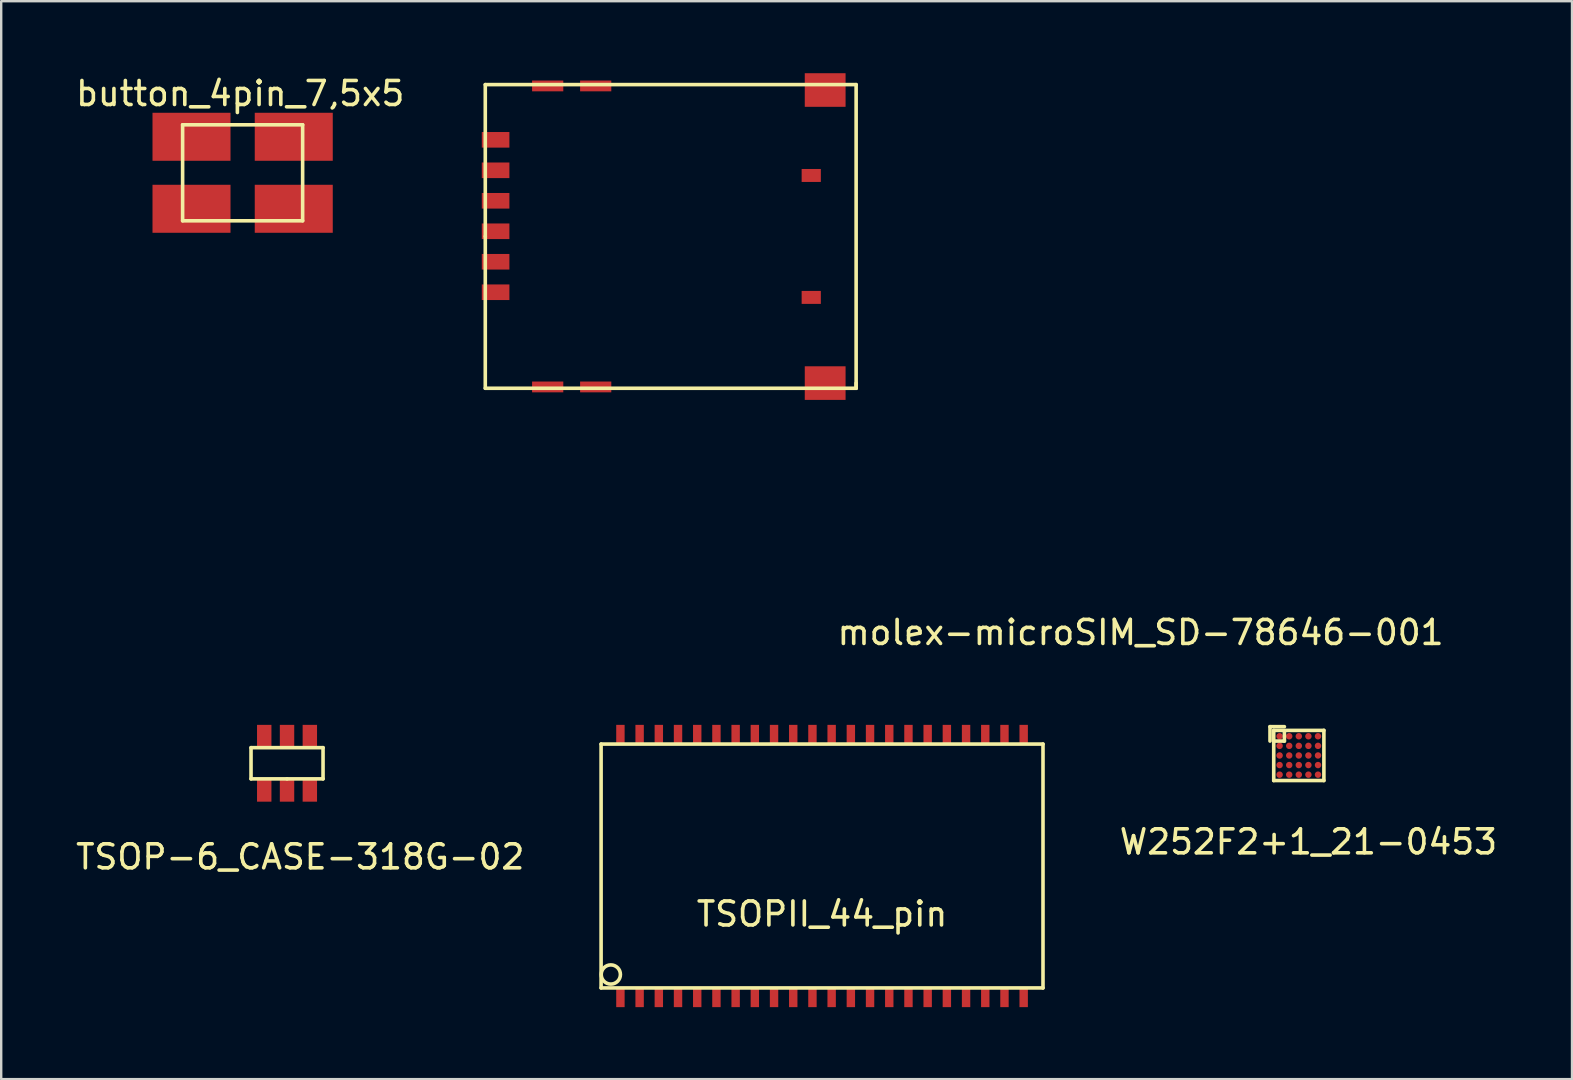
<source format=kicad_pcb>
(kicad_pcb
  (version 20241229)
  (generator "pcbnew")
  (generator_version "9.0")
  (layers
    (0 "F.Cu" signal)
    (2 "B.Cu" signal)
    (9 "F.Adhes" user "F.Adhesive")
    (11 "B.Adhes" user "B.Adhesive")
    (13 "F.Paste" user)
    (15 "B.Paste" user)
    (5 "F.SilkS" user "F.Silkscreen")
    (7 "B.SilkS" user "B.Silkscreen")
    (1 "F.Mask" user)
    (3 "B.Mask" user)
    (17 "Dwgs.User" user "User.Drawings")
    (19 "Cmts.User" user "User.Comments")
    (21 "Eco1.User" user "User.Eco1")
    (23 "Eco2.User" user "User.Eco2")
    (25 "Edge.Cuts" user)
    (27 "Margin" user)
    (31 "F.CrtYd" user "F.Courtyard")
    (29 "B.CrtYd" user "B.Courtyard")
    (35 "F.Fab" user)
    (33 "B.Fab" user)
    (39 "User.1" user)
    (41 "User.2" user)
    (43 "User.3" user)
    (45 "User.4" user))
  (footprint "TSOPII_44_pin"
    (layer "F.Cu")
    (at 31.197 33.028)
    (property "Reference" "TSOPII_44_pin" (at 0 2 0) (layer "F.SilkS") (effects (font (size 1 1) (thickness 0.15))))
    (attr through_hole)
    (fp_line (start -9.205 -5.08) (end -9.205 5.08) (stroke (width 0.15) (type solid)) (layer "F.SilkS"))
    (fp_line (start -9.205 5.08) (end 9.205 5.08) (stroke (width 0.15) (type solid)) (layer "F.SilkS"))
    (fp_line (start 9.205 -5.08) (end -9.205 -5.08) (stroke (width 0.15) (type solid)) (layer "F.SilkS"))
    (fp_line (start 9.205 5.08) (end 9.205 -5.08) (stroke (width 0.15) (type solid)) (layer "F.SilkS"))
    (fp_circle (center -8.8 4.52) (end -8.8 4.92) (stroke (width 0.15) (type solid)) (fill no) (layer "F.SilkS"))
    (pad "1" smd rect (at -8.4 5.48) (size 0.35 0.8) (layers "F.Cu" "F.Mask" "F.Paste"))
    (pad "2" smd rect (at -7.6 5.48) (size 0.35 0.8) (layers "F.Cu" "F.Mask" "F.Paste"))
    (pad "3" smd rect (at -6.8 5.48) (size 0.35 0.8) (layers "F.Cu" "F.Mask" "F.Paste"))
    (pad "4" smd rect (at -6 5.48) (size 0.35 0.8) (layers "F.Cu" "F.Mask" "F.Paste"))
    (pad "5" smd rect (at -5.2 5.48) (size 0.35 0.8) (layers "F.Cu" "F.Mask" "F.Paste"))
    (pad "6" smd rect (at -4.4 5.48) (size 0.35 0.8) (layers "F.Cu" "F.Mask" "F.Paste"))
    (pad "7" smd rect (at -3.6 5.48) (size 0.35 0.8) (layers "F.Cu" "F.Mask" "F.Paste"))
    (pad "8" smd rect (at -2.8 5.48) (size 0.35 0.8) (layers "F.Cu" "F.Mask" "F.Paste"))
    (pad "9" smd rect (at -2 5.48) (size 0.35 0.8) (layers "F.Cu" "F.Mask" "F.Paste"))
    (pad "10" smd rect (at -1.2 5.48) (size 0.35 0.8) (layers "F.Cu" "F.Mask" "F.Paste"))
    (pad "11" smd rect (at -0.4 5.48) (size 0.35 0.8) (layers "F.Cu" "F.Mask" "F.Paste"))
    (pad "12" smd rect (at 0.4 5.48) (size 0.35 0.8) (layers "F.Cu" "F.Mask" "F.Paste"))
    (pad "13" smd rect (at 1.2 5.48) (size 0.35 0.8) (layers "F.Cu" "F.Mask" "F.Paste"))
    (pad "14" smd rect (at 2 5.48) (size 0.35 0.8) (layers "F.Cu" "F.Mask" "F.Paste"))
    (pad "15" smd rect (at 2.8 5.48) (size 0.35 0.8) (layers "F.Cu" "F.Mask" "F.Paste"))
    (pad "16" smd rect (at 3.6 5.48) (size 0.35 0.8) (layers "F.Cu" "F.Mask" "F.Paste"))
    (pad "17" smd rect (at 4.4 5.48) (size 0.35 0.8) (layers "F.Cu" "F.Mask" "F.Paste"))
    (pad "18" smd rect (at 5.2 5.48) (size 0.35 0.8) (layers "F.Cu" "F.Mask" "F.Paste"))
    (pad "19" smd rect (at 6 5.48) (size 0.35 0.8) (layers "F.Cu" "F.Mask" "F.Paste"))
    (pad "20" smd rect (at 6.8 5.48) (size 0.35 0.8) (layers "F.Cu" "F.Mask" "F.Paste"))
    (pad "21" smd rect (at 7.6 5.48) (size 0.35 0.8) (layers "F.Cu" "F.Mask" "F.Paste"))
    (pad "22" smd rect (at 8.4 5.48) (size 0.35 0.8) (layers "F.Cu" "F.Mask" "F.Paste"))
    (pad "23" smd rect (at 8.4 -5.48) (size 0.35 0.8) (layers "F.Cu" "F.Mask" "F.Paste"))
    (pad "24" smd rect (at 7.6 -5.48) (size 0.35 0.8) (layers "F.Cu" "F.Mask" "F.Paste"))
    (pad "25" smd rect (at 6.8 -5.48) (size 0.35 0.8) (layers "F.Cu" "F.Mask" "F.Paste"))
    (pad "26" smd rect (at 6 -5.48) (size 0.35 0.8) (layers "F.Cu" "F.Mask" "F.Paste"))
    (pad "27" smd rect (at 5.2 -5.48) (size 0.35 0.8) (layers "F.Cu" "F.Mask" "F.Paste"))
    (pad "28" smd rect (at 4.4 -5.48) (size 0.35 0.8) (layers "F.Cu" "F.Mask" "F.Paste"))
    (pad "29" smd rect (at 3.6 -5.48) (size 0.35 0.8) (layers "F.Cu" "F.Mask" "F.Paste"))
    (pad "30" smd rect (at 2.8 -5.48) (size 0.35 0.8) (layers "F.Cu" "F.Mask" "F.Paste"))
    (pad "31" smd rect (at 2 -5.48) (size 0.35 0.8) (layers "F.Cu" "F.Mask" "F.Paste"))
    (pad "32" smd rect (at 1.2 -5.48) (size 0.35 0.8) (layers "F.Cu" "F.Mask" "F.Paste"))
    (pad "33" smd rect (at 0.4 -5.48) (size 0.35 0.8) (layers "F.Cu" "F.Mask" "F.Paste"))
    (pad "34" smd rect (at -0.4 -5.48) (size 0.35 0.8) (layers "F.Cu" "F.Mask" "F.Paste"))
    (pad "35" smd rect (at -1.2 -5.48) (size 0.35 0.8) (layers "F.Cu" "F.Mask" "F.Paste"))
    (pad "36" smd rect (at -2 -5.48) (size 0.35 0.8) (layers "F.Cu" "F.Mask" "F.Paste"))
    (pad "37" smd rect (at -2.8 -5.48) (size 0.35 0.8) (layers "F.Cu" "F.Mask" "F.Paste"))
    (pad "38" smd rect (at -3.6 -5.48) (size 0.35 0.8) (layers "F.Cu" "F.Mask" "F.Paste"))
    (pad "39" smd rect (at -4.4 -5.48) (size 0.35 0.8) (layers "F.Cu" "F.Mask" "F.Paste"))
    (pad "40" smd rect (at -5.2 -5.48) (size 0.35 0.8) (layers "F.Cu" "F.Mask" "F.Paste"))
    (pad "41" smd rect (at -6 -5.48) (size 0.35 0.8) (layers "F.Cu" "F.Mask" "F.Paste"))
    (pad "42" smd rect (at -6.8 -5.48) (size 0.35 0.8) (layers "F.Cu" "F.Mask" "F.Paste"))
    (pad "43" smd rect (at -7.6 -5.48) (size 0.35 0.8) (layers "F.Cu" "F.Mask" "F.Paste"))
    (pad "44" smd rect (at -8.4 -5.48) (size 0.35 0.8) (layers "F.Cu" "F.Mask" "F.Paste")))
  (footprint "W252F2+1_21-0453"
    (layer "F.Cu")
    (at 51.059 28.423)
    (property "Reference" "W252F2+1_21-0453" (at 0.4 3.6 0) (layer "F.SilkS") (effects (font (size 1 1) (thickness 0.15))))
    (attr through_hole)
    (fp_line (start -1.2 -1.2) (end -0.6 -1.2) (stroke (width 0.15) (type solid)) (layer "F.SilkS"))
    (fp_line (start -1.2 -0.6) (end -1.2 -1.2) (stroke (width 0.15) (type solid)) (layer "F.SilkS"))
    (fp_line (start -1.045 -1.045) (end -1.045 1.045) (stroke (width 0.15) (type solid)) (layer "F.SilkS"))
    (fp_line (start -1.045 1.045) (end 1.045 1.045) (stroke (width 0.15) (type solid)) (layer "F.SilkS"))
    (fp_line (start -0.6 -1) (end -0.6 -0.6) (stroke (width 0.15) (type solid)) (layer "F.SilkS"))
    (fp_line (start -0.6 -0.6) (end -1 -0.6) (stroke (width 0.15) (type solid)) (layer "F.SilkS"))
    (fp_line (start 1.045 -1.045) (end -1.045 -1.045) (stroke (width 0.15) (type solid)) (layer "F.SilkS"))
    (fp_line (start 1.045 1.045) (end 1.045 -1.045) (stroke (width 0.15) (type solid)) (layer "F.SilkS"))
    (pad "A1" smd circle (at -0.8 -0.8) (size 0.27 0.27) (layers "F.Cu" "F.Mask" "F.Paste"))
    (pad "A2" smd circle (at -0.4 -0.8) (size 0.27 0.27) (layers "F.Cu" "F.Mask" "F.Paste"))
    (pad "A3" smd circle (at 0 -0.8) (size 0.27 0.27) (layers "F.Cu" "F.Mask" "F.Paste"))
    (pad "A4" smd circle (at 0.4 -0.8) (size 0.27 0.27) (layers "F.Cu" "F.Mask" "F.Paste"))
    (pad "A5" smd circle (at 0.8 -0.8) (size 0.27 0.27) (layers "F.Cu" "F.Mask" "F.Paste"))
    (pad "B1" smd circle (at -0.8 -0.4) (size 0.27 0.27) (layers "F.Cu" "F.Mask" "F.Paste"))
    (pad "B2" smd circle (at -0.4 -0.4) (size 0.27 0.27) (layers "F.Cu" "F.Mask" "F.Paste"))
    (pad "B3" smd circle (at 0 -0.4) (size 0.27 0.27) (layers "F.Cu" "F.Mask" "F.Paste"))
    (pad "B4" smd circle (at 0.4 -0.4) (size 0.27 0.27) (layers "F.Cu" "F.Mask" "F.Paste"))
    (pad "B5" smd circle (at 0.8 -0.4) (size 0.27 0.27) (layers "F.Cu" "F.Mask" "F.Paste"))
    (pad "C1" smd circle (at -0.8 0) (size 0.27 0.27) (layers "F.Cu" "F.Mask" "F.Paste"))
    (pad "C2" smd circle (at -0.4 0) (size 0.27 0.27) (layers "F.Cu" "F.Mask" "F.Paste"))
    (pad "C3" smd circle (at 0 0) (size 0.27 0.27) (layers "F.Cu" "F.Mask" "F.Paste"))
    (pad "C4" smd circle (at 0.4 0) (size 0.27 0.27) (layers "F.Cu" "F.Mask" "F.Paste"))
    (pad "C5" smd circle (at 0.8 0) (size 0.27 0.27) (layers "F.Cu" "F.Mask" "F.Paste"))
    (pad "D1" smd circle (at -0.8 0.4) (size 0.27 0.27) (layers "F.Cu" "F.Mask" "F.Paste"))
    (pad "D2" smd circle (at -0.4 0.4) (size 0.27 0.27) (layers "F.Cu" "F.Mask" "F.Paste"))
    (pad "D3" smd circle (at 0 0.4) (size 0.27 0.27) (layers "F.Cu" "F.Mask" "F.Paste"))
    (pad "D4" smd circle (at 0.4 0.4) (size 0.27 0.27) (layers "F.Cu" "F.Mask" "F.Paste"))
    (pad "D5" smd circle (at 0.8 0.4) (size 0.27 0.27) (layers "F.Cu" "F.Mask" "F.Paste"))
    (pad "E1" smd circle (at -0.8 0.8) (size 0.27 0.27) (layers "F.Cu" "F.Mask" "F.Paste"))
    (pad "E2" smd circle (at -0.4 0.8) (size 0.27 0.27) (layers "F.Cu" "F.Mask" "F.Paste"))
    (pad "E3" smd circle (at 0 0.8) (size 0.27 0.27) (layers "F.Cu" "F.Mask" "F.Paste"))
    (pad "E4" smd circle (at 0.4 0.8) (size 0.27 0.27) (layers "F.Cu" "F.Mask" "F.Paste"))
    (pad "E5" smd circle (at 0.8 0.8) (size 0.27 0.27) (layers "F.Cu" "F.Mask" "F.Paste")))
  (footprint "TSOP-6_CASE-318G-02"
    (layer "F.Cu")
    (at 7.958 28.748)
    (property "Reference" "TSOP-6_CASE-318G-02" (at 1.5 3.9 0) (layer "F.SilkS") (effects (font (size 1 1) (thickness 0.15))))
    (attr through_hole)
    (fp_line (start -0.55 -0.65) (end -0.55 0.65) (stroke (width 0.15) (type solid)) (layer "F.SilkS"))
    (fp_line (start -0.55 0.65) (end 0.95 0.65) (stroke (width 0.15) (type solid)) (layer "F.SilkS"))
    (fp_line (start 0.95 0.65) (end 2.45 0.65) (stroke (width 0.15) (type solid)) (layer "F.SilkS"))
    (fp_line (start 2.45 -0.65) (end -0.55 -0.65) (stroke (width 0.15) (type solid)) (layer "F.SilkS"))
    (fp_line (start 2.45 0.65) (end 2.45 -0.65) (stroke (width 0.15) (type solid)) (layer "F.SilkS"))
    (pad "1" smd rect (at 0 1.125) (size 0.6 0.95) (layers "F.Cu" "F.Mask" "F.Paste"))
    (pad "2" smd rect (at 0.95 1.125) (size 0.6 0.95) (layers "F.Cu" "F.Mask" "F.Paste"))
    (pad "3" smd rect (at 1.9 1.125) (size 0.6 0.95) (layers "F.Cu" "F.Mask" "F.Paste"))
    (pad "4" smd rect (at 1.9 -1.125) (size 0.6 0.95) (layers "F.Cu" "F.Mask" "F.Paste"))
    (pad "5" smd rect (at 0.95 -1.125) (size 0.6 0.95) (layers "F.Cu" "F.Mask" "F.Paste"))
    (pad "6" smd rect (at 0 -1.125) (size 0.6 0.95) (layers "F.Cu" "F.Mask" "F.Paste")))
  (footprint "molex-microSIM_SD-78646-001"
    (layer "F.Cu")
    (at 17.167 6.8)
    (property "Reference" "molex-microSIM_SD-78646-001" (at 27.3 16.5 0) (layer "F.SilkS") (effects (font (size 1 1) (thickness 0.15))))
    (attr through_hole)
    (fp_line (start 0 -6.325) (end 15.45 -6.325) (stroke (width 0.15) (type solid)) (layer "F.SilkS"))
    (fp_line (start 0 0) (end 0 -6.325) (stroke (width 0.15) (type solid)) (layer "F.SilkS"))
    (fp_line (start 0 6.325) (end 0 0) (stroke (width 0.15) (type solid)) (layer "F.SilkS"))
    (fp_line (start 15.45 -6.325) (end 15.45 6.325) (stroke (width 0.15) (type solid)) (layer "F.SilkS"))
    (fp_line (start 15.45 6.325) (end 0 6.325) (stroke (width 0.15) (type solid)) (layer "F.SilkS"))
    (fp_line (start 15.45 6.325) (end 15.45 6.11) (stroke (width 0.15) (type solid)) (layer "F.SilkS"))
    (pad "1" smd rect (at 0.43 -2.755) (size 1.15 0.65) (layers "F.Cu" "F.Mask" "F.Paste"))
    (pad "2" smd rect (at 0.43 -0.215) (size 1.15 0.65) (layers "F.Cu" "F.Mask" "F.Paste"))
    (pad "2" smd rect (at 13.58 -2.54) (size 0.8 0.54) (layers "F.Cu" "F.Mask" "F.Paste"))
    (pad "3" smd rect (at 0.43 2.325) (size 1.15 0.65) (layers "F.Cu" "F.Mask" "F.Paste"))
    (pad "3" smd rect (at 13.58 2.54) (size 0.8 0.54) (layers "F.Cu" "F.Mask" "F.Paste"))
    (pad "5" smd rect (at 0.43 -4.025) (size 1.15 0.65) (layers "F.Cu" "F.Mask" "F.Paste"))
    (pad "5" smd rect (at 2.6 -6.27) (size 1.3 0.45) (layers "F.Cu" "F.Mask" "F.Paste"))
    (pad "5" smd rect (at 2.6 6.27) (size 1.3 0.45) (layers "F.Cu" "F.Mask" "F.Paste"))
    (pad "5" smd rect (at 4.6 -6.27) (size 1.3 0.45) (layers "F.Cu" "F.Mask" "F.Paste"))
    (pad "5" smd rect (at 4.6 6.27) (size 1.3 0.45) (layers "F.Cu" "F.Mask" "F.Paste"))
    (pad "5" smd rect (at 14.16 -6.1) (size 1.7 1.4) (layers "F.Cu" "F.Mask" "F.Paste"))
    (pad "5" smd rect (at 14.16 6.11) (size 1.7 1.4) (layers "F.Cu" "F.Mask" "F.Paste"))
    (pad "6" smd rect (at 0.43 -1.485) (size 1.15 0.65) (layers "F.Cu" "F.Mask" "F.Paste"))
    (pad "7" smd rect (at 0.43 1.055) (size 1.15 0.65) (layers "F.Cu" "F.Mask" "F.Paste")))
  (footprint "button_4pin_7,5x5"
    (layer "F.Cu")
    (at 7.058 4.148)
    (property "Reference" "button_4pin_7,5x5" (at -0.1 -3.3 0) (layer "F.SilkS") (effects (font (size 1 1) (thickness 0.15))))
    (attr through_hole)
    (fp_line (start -2.5 -2) (end -2.5 2) (stroke (width 0.15) (type solid)) (layer "F.SilkS"))
    (fp_line (start -2.5 2) (end 2.5 2) (stroke (width 0.15) (type solid)) (layer "F.SilkS"))
    (fp_line (start 2.5 -2) (end -2.5 -2) (stroke (width 0.15) (type solid)) (layer "F.SilkS"))
    (fp_line (start 2.5 2) (end 2.5 -2) (stroke (width 0.15) (type solid)) (layer "F.SilkS"))
    (pad "1" smd rect (at -2.13 -1.5) (size 3.25 2) (layers "F.Cu" "F.Mask" "F.Paste"))
    (pad "1" smd rect (at 2.13 -1.5) (size 3.25 2) (layers "F.Cu" "F.Mask" "F.Paste"))
    (pad "2" smd rect (at -2.13 1.5) (size 3.25 2) (layers "F.Cu" "F.Mask" "F.Paste"))
    (pad "2" smd rect (at 2.13 1.5) (size 3.25 2) (layers "F.Cu" "F.Mask" "F.Paste")))
  (gr_rect
    (start -3 -3)
    (end 62.441 41.908)
    (stroke (width 0.1) (type default))
    (fill no)
    (layer "Edge.Cuts")))
</source>
